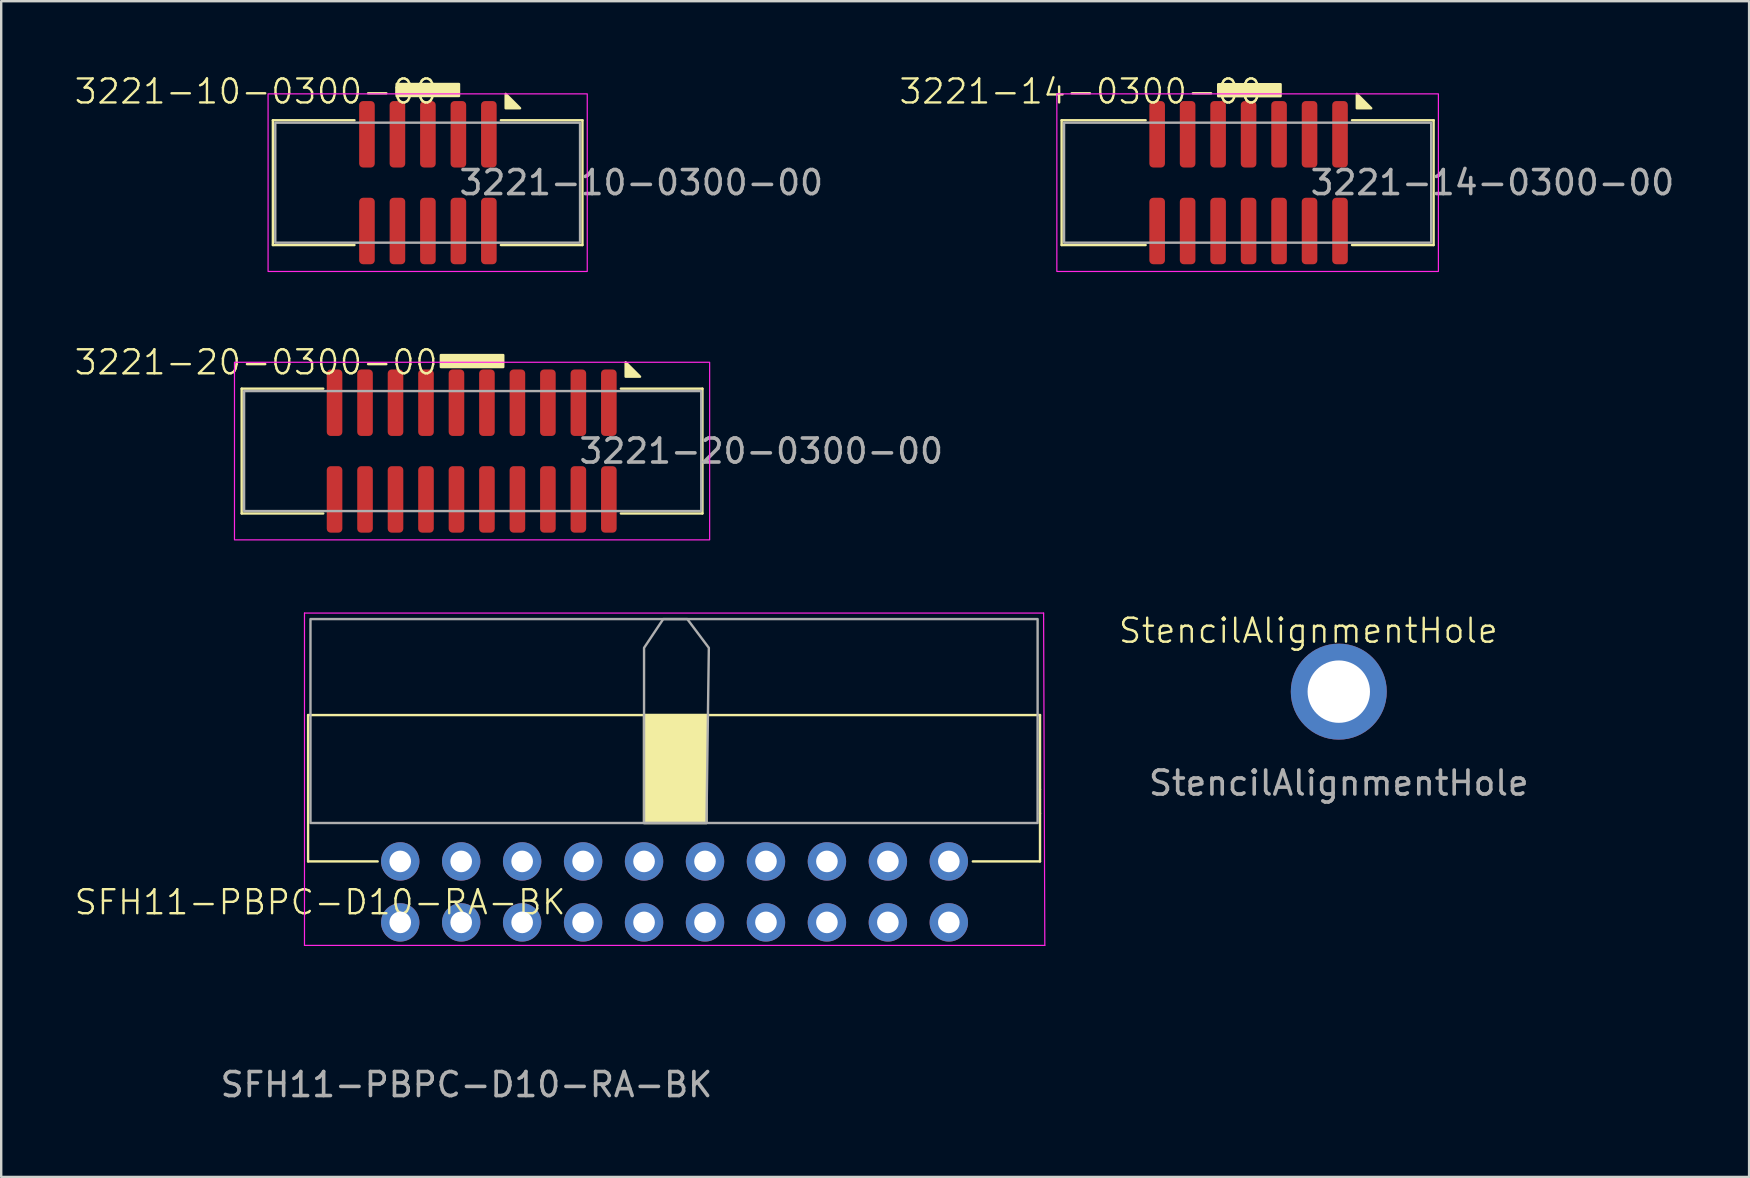
<source format=kicad_pcb>
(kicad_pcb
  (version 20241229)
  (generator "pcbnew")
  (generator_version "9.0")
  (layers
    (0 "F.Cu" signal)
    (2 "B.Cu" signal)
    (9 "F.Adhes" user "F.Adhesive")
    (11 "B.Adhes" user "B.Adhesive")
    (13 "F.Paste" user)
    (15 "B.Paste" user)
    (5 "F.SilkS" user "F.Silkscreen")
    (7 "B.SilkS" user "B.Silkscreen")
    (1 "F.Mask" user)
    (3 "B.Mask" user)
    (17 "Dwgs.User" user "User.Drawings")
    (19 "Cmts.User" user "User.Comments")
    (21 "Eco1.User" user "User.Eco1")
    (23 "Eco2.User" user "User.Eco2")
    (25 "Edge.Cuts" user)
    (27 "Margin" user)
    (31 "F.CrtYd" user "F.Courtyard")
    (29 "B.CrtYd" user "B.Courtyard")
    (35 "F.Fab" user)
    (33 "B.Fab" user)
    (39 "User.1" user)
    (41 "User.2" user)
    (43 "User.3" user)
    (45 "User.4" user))
  (footprint "SFH11-PBPC-D10-RA-BK"
    (layer "F.Cu")
    (at 36.488 32.846)
    (property "Reference" "SFH11-PBPC-D10-RA-BK" (at -26.2 1.7 0) (unlocked yes) (layer "F.SilkS") (effects (font (size 1 1) (thickness 0.1))))
    (attr smd)
    (fp_line (start -26.7 -6.1) (end -26.7 0) (stroke (width 0.1) (type default)) (layer "F.SilkS"))
    (fp_line (start -26.7 -6.1) (end 3.8 -6.1) (stroke (width 0.1) (type default)) (layer "F.SilkS"))
    (fp_line (start -26.7 0) (end -23.8 0) (stroke (width 0.1) (type default)) (layer "F.SilkS"))
    (fp_line (start 1 0) (end 3.8 0) (stroke (width 0.1) (type default)) (layer "F.SilkS"))
    (fp_line (start 3.8 -6.1) (end 3.8 -3) (stroke (width 0.1) (type default)) (layer "F.SilkS"))
    (fp_line (start 3.8 -2) (end 3.8 -3) (stroke (width 0.1) (type default)) (layer "F.SilkS"))
    (fp_line (start 3.8 0) (end 3.8 -2) (stroke (width 0.1) (type default)) (layer "F.SilkS"))
    (fp_rect (start -12.7 -6.1) (end -10.1 -1.6) (stroke (width 0.1) (type solid)) (fill yes) (layer "F.SilkS"))
    (fp_line (start -26.85 -10.35) (end -26.85 3.5) (stroke (width 0.05) (type default)) (layer "F.CrtYd"))
    (fp_line (start -26.85 3.5) (end 4 3.5) (stroke (width 0.05) (type default)) (layer "F.CrtYd"))
    (fp_line (start 3.95 -10.35) (end -26.85 -10.35) (stroke (width 0.05) (type default)) (layer "F.CrtYd"))
    (fp_line (start 3.95 -10.1) (end 3.95 -10.35) (stroke (width 0.05) (type default)) (layer "F.CrtYd"))
    (fp_line (start 4 3.5) (end 3.95 -10.1) (stroke (width 0.05) (type default)) (layer "F.CrtYd"))
    (fp_rect (start -26.6 -10.1) (end 3.7 -1.6) (stroke (width 0.1) (type default)) (fill no) (layer "F.Fab"))
    (fp_poly (pts (xy -12.7 -1.6) (xy -10.1 -1.6) (xy -10 -8.9) (xy -10.9 -10.1) (xy -11.9 -10.1) (xy -12.7 -8.9)) (stroke (width 0.1) (type solid)) (fill no) (layer "F.Fab"))
    (fp_text user "${REFERENCE}" (at -20.1 9.3 0) (unlocked yes) (layer "F.Fab") (effects (font (size 1 1) (thickness 0.15))))
    (pad "1" thru_hole circle (at 0 2.54) (size 1.6 1.6) (drill 0.9) (layers "*.Cu" "*.Mask"))
    (pad "2" thru_hole circle (at 0 0) (size 1.6 1.6) (drill 0.9) (layers "*.Cu" "*.Mask"))
    (pad "3" thru_hole circle (at -2.54 2.54) (size 1.6 1.6) (drill 0.9) (layers "*.Cu" "*.Mask"))
    (pad "4" thru_hole circle (at -2.54 0) (size 1.6 1.6) (drill 0.9) (layers "*.Cu" "*.Mask"))
    (pad "5" thru_hole circle (at -5.08 2.54) (size 1.6 1.6) (drill 0.9) (layers "*.Cu" "*.Mask"))
    (pad "6" thru_hole circle (at -5.08 0) (size 1.6 1.6) (drill 0.9) (layers "*.Cu" "*.Mask"))
    (pad "7" thru_hole circle (at -7.62 2.54) (size 1.6 1.6) (drill 0.9) (layers "*.Cu" "*.Mask"))
    (pad "8" thru_hole circle (at -7.62 0) (size 1.6 1.6) (drill 0.9) (layers "*.Cu" "*.Mask"))
    (pad "9" thru_hole circle (at -10.16 2.54) (size 1.6 1.6) (drill 0.9) (layers "*.Cu" "*.Mask"))
    (pad "10" thru_hole circle (at -10.16 0) (size 1.6 1.6) (drill 0.9) (layers "*.Cu" "*.Mask"))
    (pad "11" thru_hole circle (at -12.7 2.54) (size 1.6 1.6) (drill 0.9) (layers "*.Cu" "*.Mask"))
    (pad "12" thru_hole circle (at -12.7 0) (size 1.6 1.6) (drill 0.9) (layers "*.Cu" "*.Mask"))
    (pad "13" thru_hole circle (at -15.24 2.54) (size 1.6 1.6) (drill 0.9) (layers "*.Cu" "*.Mask"))
    (pad "14" thru_hole circle (at -15.24 0) (size 1.6 1.6) (drill 0.9) (layers "*.Cu" "*.Mask"))
    (pad "15" thru_hole circle (at -17.78 2.54) (size 1.6 1.6) (drill 0.9) (layers "*.Cu" "*.Mask"))
    (pad "16" thru_hole circle (at -17.78 0) (size 1.6 1.6) (drill 0.9) (layers "*.Cu" "*.Mask"))
    (pad "17" thru_hole circle (at -20.32 2.54) (size 1.6 1.6) (drill 0.9) (layers "*.Cu" "*.Mask"))
    (pad "18" thru_hole circle (at -20.32 0) (size 1.6 1.6) (drill 0.9) (layers "*.Cu" "*.Mask"))
    (pad "19" thru_hole circle (at -22.86 2.54) (size 1.6 1.6) (drill 0.9) (layers "*.Cu" "*.Mask"))
    (pad "20" thru_hole circle (at -22.86 0) (size 1.6 1.6) (drill 0.9) (layers "*.Cu" "*.Mask")))
  (footprint "3221-14-0300-00"
    (layer "F.Cu")
    (at 52.789 4.561)
    (property "Reference" "3221-14-0300-00" (at -10.8 -3.8 0) (unlocked yes) (layer "F.SilkS") (effects (font (size 1 1) (thickness 0.1))))
    (attr smd)
    (fp_line (start -11.6 -2.6) (end -11.6 2.6) (stroke (width 0.1) (type default)) (layer "F.SilkS"))
    (fp_line (start -11.6 2.6) (end -8.1 2.6) (stroke (width 0.1) (type default)) (layer "F.SilkS"))
    (fp_line (start -8.1 -2.6) (end -11.6 -2.6) (stroke (width 0.1) (type default)) (layer "F.SilkS"))
    (fp_line (start 3.9 -2.6) (end 0.5 -2.6) (stroke (width 0.1) (type default)) (layer "F.SilkS"))
    (fp_line (start 3.9 -2.6) (end 3.9 2.6) (stroke (width 0.1) (type default)) (layer "F.SilkS"))
    (fp_line (start 3.9 2.6) (end 0.5 2.6) (stroke (width 0.1) (type default)) (layer "F.SilkS"))
    (fp_rect (start -5.076 -4.101) (end -2.476 -3.601) (stroke (width 0.1) (type solid)) (fill yes) (layer "F.SilkS"))
    (fp_poly (pts (xy 0.7 -3.1) (xy 0.7 -3.7) (xy 1.3 -3.1)) (stroke (width 0.1) (type solid)) (fill yes) (layer "F.SilkS"))
    (fp_rect (start -11.8 -3.7) (end 4.1 3.7) (stroke (width 0.05) (type default)) (fill no) (layer "F.CrtYd"))
    (fp_rect (start -11.5 -2.5) (end 3.8 2.5) (stroke (width 0.1) (type default)) (fill no) (layer "F.Fab"))
    (fp_text user "${REFERENCE}" (at 6.35 0 0) (unlocked yes) (layer "F.Fab") (effects (font (size 1 1) (thickness 0.15))))
    (pad "1" smd roundrect (at 0 -2.015 90) (size 2.77 0.65) (layers "F.Cu" "F.Mask" "F.Paste") (roundrect_rratio 0.25))
    (pad "2" smd roundrect (at 0 2.015 90) (size 2.77 0.65) (layers "F.Cu" "F.Mask" "F.Paste") (roundrect_rratio 0.25))
    (pad "3" smd roundrect (at -1.27 -2.015 90) (size 2.77 0.65) (layers "F.Cu" "F.Mask" "F.Paste") (roundrect_rratio 0.25))
    (pad "4" smd roundrect (at -1.27 2.015 90) (size 2.77 0.65) (layers "F.Cu" "F.Mask" "F.Paste") (roundrect_rratio 0.25))
    (pad "5" smd roundrect (at -2.54 -2.015 90) (size 2.77 0.65) (layers "F.Cu" "F.Mask" "F.Paste") (roundrect_rratio 0.25))
    (pad "6" smd roundrect (at -2.54 2.015 90) (size 2.77 0.65) (layers "F.Cu" "F.Mask" "F.Paste") (roundrect_rratio 0.25))
    (pad "7" smd roundrect (at -3.81 -2.015 90) (size 2.77 0.65) (layers "F.Cu" "F.Mask" "F.Paste") (roundrect_rratio 0.25))
    (pad "8" smd roundrect (at -3.81 2.015 90) (size 2.77 0.65) (layers "F.Cu" "F.Mask" "F.Paste") (roundrect_rratio 0.25))
    (pad "9" smd roundrect (at -5.08 -2.015 90) (size 2.77 0.65) (layers "F.Cu" "F.Mask" "F.Paste") (roundrect_rratio 0.25))
    (pad "10" smd roundrect (at -5.08 2.015 90) (size 2.77 0.65) (layers "F.Cu" "F.Mask" "F.Paste") (roundrect_rratio 0.25))
    (pad "11" smd roundrect (at -6.35 -2.015 90) (size 2.77 0.65) (layers "F.Cu" "F.Mask" "F.Paste") (roundrect_rratio 0.25))
    (pad "12" smd roundrect (at -6.35 2.015 90) (size 2.77 0.65) (layers "F.Cu" "F.Mask" "F.Paste") (roundrect_rratio 0.25))
    (pad "13" smd roundrect (at -7.62 -2.015 90) (size 2.77 0.65) (layers "F.Cu" "F.Mask" "F.Paste") (roundrect_rratio 0.25))
    (pad "14" smd roundrect (at -7.62 2.015 90) (size 2.77 0.65) (layers "F.Cu" "F.Mask" "F.Paste") (roundrect_rratio 0.25)))
  (footprint "3221-20-0300-00"
    (layer "F.Cu")
    (at 22.321 15.746)
    (property "Reference" "3221-20-0300-00" (at -14.7 -3.7 0) (unlocked yes) (layer "F.SilkS") (effects (font (size 1 1) (thickness 0.1))))
    (attr smd)
    (fp_line (start -15.3 -2.6) (end -15.3 2.6) (stroke (width 0.1) (type default)) (layer "F.SilkS"))
    (fp_line (start -15.3 2.6) (end -11.9 2.6) (stroke (width 0.1) (type default)) (layer "F.SilkS"))
    (fp_line (start -11.9 -2.6) (end -15.3 -2.6) (stroke (width 0.1) (type default)) (layer "F.SilkS"))
    (fp_line (start 3.9 -2.6) (end 0.5 -2.6) (stroke (width 0.1) (type default)) (layer "F.SilkS"))
    (fp_line (start 3.9 -2.6) (end 3.9 2.6) (stroke (width 0.1) (type default)) (layer "F.SilkS"))
    (fp_line (start 3.9 2.6) (end 0.5 2.6) (stroke (width 0.1) (type default)) (layer "F.SilkS"))
    (fp_rect (start -7 -4) (end -4.4 -3.5) (stroke (width 0.1) (type solid)) (fill yes) (layer "F.SilkS"))
    (fp_poly (pts (xy 0.7 -3.1) (xy 0.7 -3.7) (xy 1.3 -3.1)) (stroke (width 0.1) (type solid)) (fill yes) (layer "F.SilkS"))
    (fp_rect (start -15.6 -3.7) (end 4.2 3.7) (stroke (width 0.05) (type default)) (fill no) (layer "F.CrtYd"))
    (fp_rect (start -15.2 -2.5) (end 3.85 2.5) (stroke (width 0.1) (type default)) (fill no) (layer "F.Fab"))
    (fp_text user "${REFERENCE}" (at 6.35 0 0) (unlocked yes) (layer "F.Fab") (effects (font (size 1 1) (thickness 0.15))))
    (pad "1" smd roundrect (at 0 -2.015 90) (size 2.77 0.65) (layers "F.Cu" "F.Mask" "F.Paste") (roundrect_rratio 0.25))
    (pad "2" smd roundrect (at 0 2.015 90) (size 2.77 0.65) (layers "F.Cu" "F.Mask" "F.Paste") (roundrect_rratio 0.25))
    (pad "3" smd roundrect (at -1.27 -2.015 90) (size 2.77 0.65) (layers "F.Cu" "F.Mask" "F.Paste") (roundrect_rratio 0.25))
    (pad "4" smd roundrect (at -1.27 2.015 90) (size 2.77 0.65) (layers "F.Cu" "F.Mask" "F.Paste") (roundrect_rratio 0.25))
    (pad "5" smd roundrect (at -2.54 -2.015 90) (size 2.77 0.65) (layers "F.Cu" "F.Mask" "F.Paste") (roundrect_rratio 0.25))
    (pad "6" smd roundrect (at -2.54 2.015 90) (size 2.77 0.65) (layers "F.Cu" "F.Mask" "F.Paste") (roundrect_rratio 0.25))
    (pad "7" smd roundrect (at -3.81 -2.015 90) (size 2.77 0.65) (layers "F.Cu" "F.Mask" "F.Paste") (roundrect_rratio 0.25))
    (pad "8" smd roundrect (at -3.81 2.015 90) (size 2.77 0.65) (layers "F.Cu" "F.Mask" "F.Paste") (roundrect_rratio 0.25))
    (pad "9" smd roundrect (at -5.08 -2.015 90) (size 2.77 0.65) (layers "F.Cu" "F.Mask" "F.Paste") (roundrect_rratio 0.25))
    (pad "10" smd roundrect (at -5.08 2.015 90) (size 2.77 0.65) (layers "F.Cu" "F.Mask" "F.Paste") (roundrect_rratio 0.25))
    (pad "11" smd roundrect (at -6.35 -2.015 90) (size 2.77 0.65) (layers "F.Cu" "F.Mask" "F.Paste") (roundrect_rratio 0.25))
    (pad "12" smd roundrect (at -6.35 2.015 90) (size 2.77 0.65) (layers "F.Cu" "F.Mask" "F.Paste") (roundrect_rratio 0.25))
    (pad "13" smd roundrect (at -7.62 -2.015 90) (size 2.77 0.65) (layers "F.Cu" "F.Mask" "F.Paste") (roundrect_rratio 0.25))
    (pad "14" smd roundrect (at -7.62 2.015 90) (size 2.77 0.65) (layers "F.Cu" "F.Mask" "F.Paste") (roundrect_rratio 0.25))
    (pad "15" smd roundrect (at -8.89 -2.015 90) (size 2.77 0.65) (layers "F.Cu" "F.Mask" "F.Paste") (roundrect_rratio 0.25))
    (pad "16" smd roundrect (at -8.89 2.015 90) (size 2.77 0.65) (layers "F.Cu" "F.Mask" "F.Paste") (roundrect_rratio 0.25))
    (pad "17" smd roundrect (at -10.16 -2.015 90) (size 2.77 0.65) (layers "F.Cu" "F.Mask" "F.Paste") (roundrect_rratio 0.25))
    (pad "18" smd roundrect (at -10.16 2.015 90) (size 2.77 0.65) (layers "F.Cu" "F.Mask" "F.Paste") (roundrect_rratio 0.25))
    (pad "19" smd roundrect (at -11.43 -2.015 90) (size 2.77 0.65) (layers "F.Cu" "F.Mask" "F.Paste") (roundrect_rratio 0.25))
    (pad "20" smd roundrect (at -11.43 2.015 90) (size 2.77 0.65) (layers "F.Cu" "F.Mask" "F.Paste") (roundrect_rratio 0.25)))
  (footprint "3221-10-0300-00"
    (layer "F.Cu")
    (at 17.321 4.561)
    (property "Reference" "3221-10-0300-00" (at -9.7 -3.8 0) (unlocked yes) (layer "F.SilkS") (effects (font (size 1 1) (thickness 0.1))))
    (attr smd)
    (fp_line (start -9 -2.6) (end -9 2.6) (stroke (width 0.1) (type default)) (layer "F.SilkS"))
    (fp_line (start -9 2.6) (end -5.6 2.6) (stroke (width 0.1) (type default)) (layer "F.SilkS"))
    (fp_line (start -5.6 -2.6) (end -9 -2.6) (stroke (width 0.1) (type default)) (layer "F.SilkS"))
    (fp_line (start 3.9 -2.6) (end 0.5 -2.6) (stroke (width 0.1) (type default)) (layer "F.SilkS"))
    (fp_line (start 3.9 -2.6) (end 3.9 2.6) (stroke (width 0.1) (type default)) (layer "F.SilkS"))
    (fp_line (start 3.9 2.6) (end 0.5 2.6) (stroke (width 0.1) (type default)) (layer "F.SilkS"))
    (fp_rect (start -3.844 -4.11) (end -1.244 -3.61) (stroke (width 0.1) (type solid)) (fill yes) (layer "F.SilkS"))
    (fp_poly (pts (xy 0.7 -3.1) (xy 0.7 -3.7) (xy 1.3 -3.1)) (stroke (width 0.1) (type solid)) (fill yes) (layer "F.SilkS"))
    (fp_rect (start -9.2 -3.7) (end 4.1 3.7) (stroke (width 0.05) (type default)) (fill no) (layer "F.CrtYd"))
    (fp_rect (start -8.9 -2.5) (end 3.8 2.5) (stroke (width 0.1) (type default)) (fill no) (layer "F.Fab"))
    (fp_text user "${REFERENCE}" (at 6.35 0 0) (unlocked yes) (layer "F.Fab") (effects (font (size 1 1) (thickness 0.15))))
    (pad "1" smd roundrect (at 0 -2.015 90) (size 2.77 0.65) (layers "F.Cu" "F.Mask" "F.Paste") (roundrect_rratio 0.25))
    (pad "2" smd roundrect (at 0 2.015 90) (size 2.77 0.65) (layers "F.Cu" "F.Mask" "F.Paste") (roundrect_rratio 0.25))
    (pad "3" smd roundrect (at -1.27 -2.015 90) (size 2.77 0.65) (layers "F.Cu" "F.Mask" "F.Paste") (roundrect_rratio 0.25))
    (pad "4" smd roundrect (at -1.27 2.015 90) (size 2.77 0.65) (layers "F.Cu" "F.Mask" "F.Paste") (roundrect_rratio 0.25))
    (pad "5" smd roundrect (at -2.54 -2.015 90) (size 2.77 0.65) (layers "F.Cu" "F.Mask" "F.Paste") (roundrect_rratio 0.25))
    (pad "6" smd roundrect (at -2.54 2.015 90) (size 2.77 0.65) (layers "F.Cu" "F.Mask" "F.Paste") (roundrect_rratio 0.25))
    (pad "7" smd roundrect (at -3.81 -2.015 90) (size 2.77 0.65) (layers "F.Cu" "F.Mask" "F.Paste") (roundrect_rratio 0.25))
    (pad "8" smd roundrect (at -3.81 2.015 90) (size 2.77 0.65) (layers "F.Cu" "F.Mask" "F.Paste") (roundrect_rratio 0.25))
    (pad "9" smd roundrect (at -5.08 -2.015 90) (size 2.77 0.65) (layers "F.Cu" "F.Mask" "F.Paste") (roundrect_rratio 0.25))
    (pad "10" smd roundrect (at -5.08 2.015 90) (size 2.77 0.65) (layers "F.Cu" "F.Mask" "F.Paste") (roundrect_rratio 0.25)))
  (footprint "StencilAlignmentHole"
    (layer "F.Cu")
    (at 52.738 25.771)
    (property "Reference" "StencilAlignmentHole" (at -1.27 -2.54 0) (unlocked yes) (layer "F.SilkS") (effects (font (size 1 1) (thickness 0.1))))
    (attr through_hole)
    (fp_text user "${REFERENCE}" (at 0 3.81 0) (unlocked yes) (layer "F.Fab") (effects (font (size 1 1) (thickness 0.15))))
    (pad "1" smd circle (at 0 0) (size 2.6 2.6) (layers "F.Cu" "F.Mask" "F.Paste"))
    (pad "1" thru_hole circle (at 0 0) (size 4 4) (drill 2.6) (layers "*.Cu" "*.Mask")))
  (gr_rect
    (start -3 -3)
    (end 69.836 45.994)
    (stroke (width 0.1) (type default))
    (fill no)
    (layer "Edge.Cuts")))
</source>
